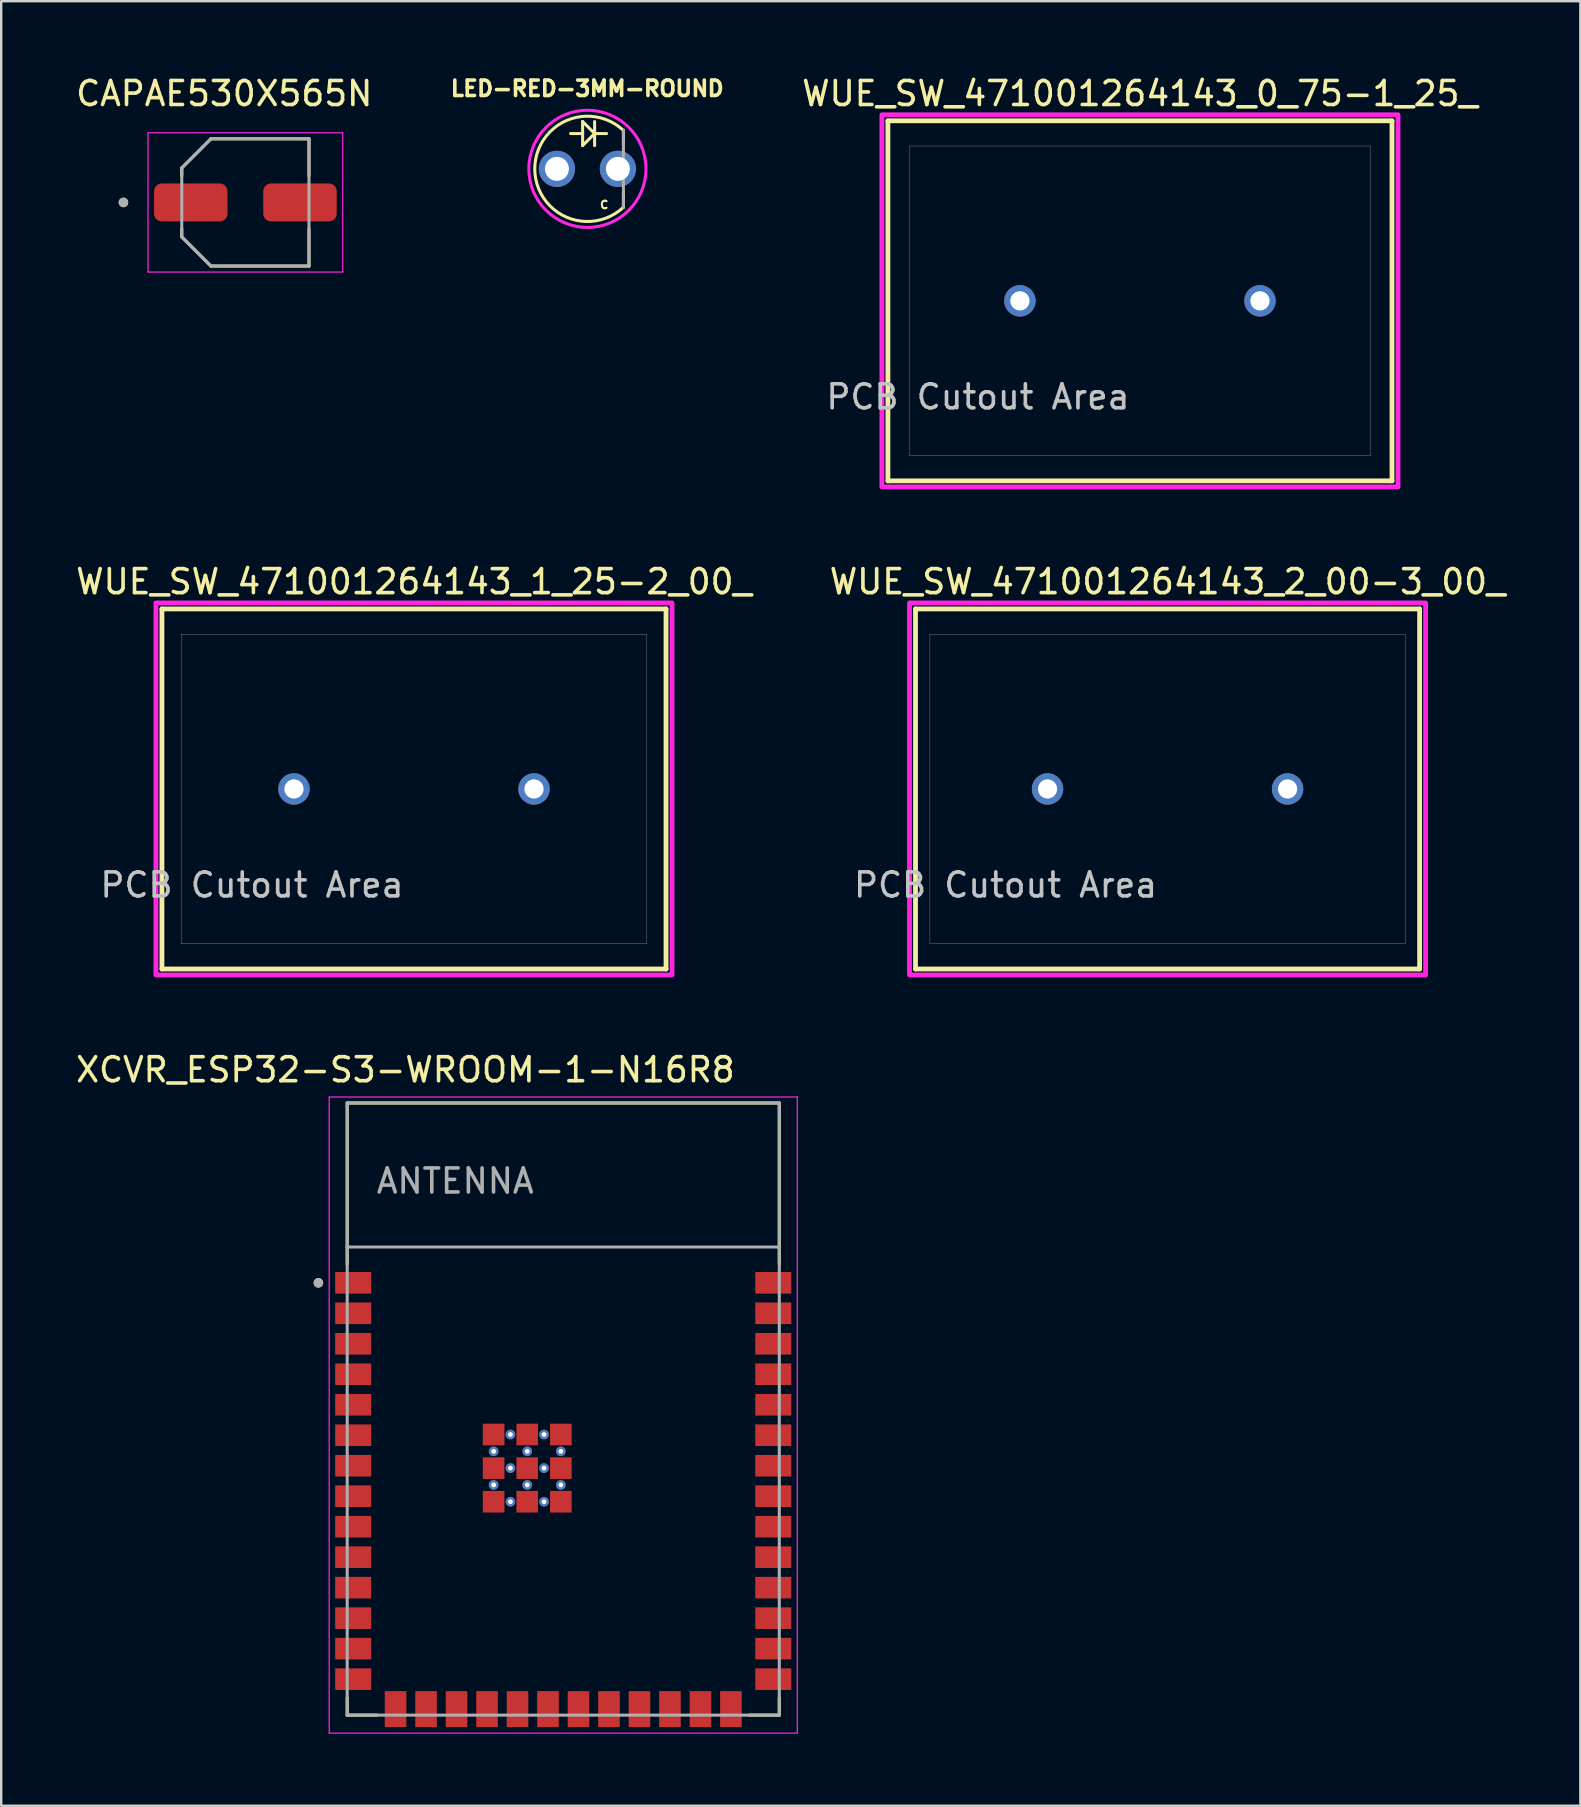
<source format=kicad_pcb>
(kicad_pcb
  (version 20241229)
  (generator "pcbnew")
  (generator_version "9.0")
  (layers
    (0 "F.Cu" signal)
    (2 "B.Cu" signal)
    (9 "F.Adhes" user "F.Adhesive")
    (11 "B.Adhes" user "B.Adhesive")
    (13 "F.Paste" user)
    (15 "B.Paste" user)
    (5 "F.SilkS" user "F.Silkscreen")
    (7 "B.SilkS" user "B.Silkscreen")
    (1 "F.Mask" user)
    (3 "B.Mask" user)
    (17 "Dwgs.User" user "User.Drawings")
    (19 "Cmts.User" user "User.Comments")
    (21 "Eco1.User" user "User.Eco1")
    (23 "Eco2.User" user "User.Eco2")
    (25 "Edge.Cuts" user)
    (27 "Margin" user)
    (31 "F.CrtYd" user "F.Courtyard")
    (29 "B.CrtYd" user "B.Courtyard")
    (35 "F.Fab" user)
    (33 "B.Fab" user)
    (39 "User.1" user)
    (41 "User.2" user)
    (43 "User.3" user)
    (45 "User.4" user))
  (footprint "WUE_SW_471001264143_1_25-2_00_"
    (layer "F.Cu")
    (at 14.196 29.817)
    (property "Reference" "WUE_SW_471001264143_1_25-2_00_" (at 0 -8.635 0) (layer "F.SilkS") (effects (font (size 1 1) (thickness 0.15))))
    (attr through_hole)
    (fp_line (start -10.5 -7.5) (end 10.5 -7.5) (stroke (width 0.2) (type solid)) (layer "F.SilkS"))
    (fp_line (start -10.5 7.5) (end -10.5 -7.5) (stroke (width 0.2) (type solid)) (layer "F.SilkS"))
    (fp_line (start 10.5 -7.5) (end 10.5 7.5) (stroke (width 0.2) (type solid)) (layer "F.SilkS"))
    (fp_line (start 10.5 7.5) (end -10.5 7.5) (stroke (width 0.2) (type solid)) (layer "F.SilkS"))
    (fp_line (start -9.7 -6.45) (end 9.7 -6.45) (stroke (width 0.01) (type solid)) (layer "Edge.Cuts"))
    (fp_line (start -9.7 6.45) (end -9.7 -6.45) (stroke (width 0.01) (type solid)) (layer "Edge.Cuts"))
    (fp_line (start 9.7 -6.45) (end 9.7 6.45) (stroke (width 0.01) (type solid)) (layer "Edge.Cuts"))
    (fp_line (start 9.7 6.45) (end -9.7 6.45) (stroke (width 0.01) (type solid)) (layer "Edge.Cuts"))
    (fp_poly (pts (xy -10.75 -7.75) (xy 10.75 -7.75) (xy 10.75 7.75) (xy -10.75 7.75)) (stroke (width 0.2) (type solid)) (fill no) (layer "F.CrtYd"))
    (fp_text user "PCB Cutout Area" (at -6.75 4 0) (layer "Dwgs.User") (effects (font (size 1 1) (thickness 0.15))))
    (pad "1" thru_hole circle (at 5 0) (size 1.308 1.308) (drill 0.8) (layers "*.Cu" "*.Mask"))
    (pad "2" thru_hole circle (at -5 0) (size 1.308 1.308) (drill 0.8) (layers "*.Cu" "*.Mask")))
  (footprint "XCVR_ESP32-S3-WROOM-1-N16R8"
    (layer "F.Cu")
    (at 20.414 55.65)
    (property "Reference" "XCVR_ESP32-S3-WROOM-1-N16R8" (at -6.575 -14.135 0) (layer "F.SilkS") (effects (font (size 1 1) (thickness 0.15))))
    (attr smd)
    (fp_line (start -9 -12.75) (end 9 -12.75) (stroke (width 0.127) (type solid)) (layer "F.SilkS"))
    (fp_line (start -9 -6.03) (end -9 -12.75) (stroke (width 0.127) (type solid)) (layer "F.SilkS"))
    (fp_line (start -9 12.02) (end -9 12.75) (stroke (width 0.127) (type solid)) (layer "F.SilkS"))
    (fp_line (start -9 12.75) (end -7.755 12.75) (stroke (width 0.127) (type solid)) (layer "F.SilkS"))
    (fp_line (start 9 -12.75) (end 9 -6.03) (stroke (width 0.127) (type solid)) (layer "F.SilkS"))
    (fp_line (start 9 12.02) (end 9 12.75) (stroke (width 0.127) (type solid)) (layer "F.SilkS"))
    (fp_line (start 9 12.75) (end 7.755 12.75) (stroke (width 0.127) (type solid)) (layer "F.SilkS"))
    (fp_circle (center -10.2 -5.26) (end -10.1 -5.26) (stroke (width 0.2) (type solid)) (fill no) (layer "F.SilkS"))
    (fp_line (start -9.75 -13) (end 9.75 -13) (stroke (width 0.05) (type solid)) (layer "F.CrtYd"))
    (fp_line (start -9.75 13.5) (end -9.75 -13) (stroke (width 0.05) (type solid)) (layer "F.CrtYd"))
    (fp_line (start -9.75 13.5) (end 9.75 13.5) (stroke (width 0.05) (type solid)) (layer "F.CrtYd"))
    (fp_line (start 9.75 -13) (end 9.75 13.5) (stroke (width 0.05) (type solid)) (layer "F.CrtYd"))
    (fp_line (start -9 -12.75) (end 9 -12.75) (stroke (width 0.127) (type solid)) (layer "F.Fab"))
    (fp_line (start -9 -6.75) (end -9 -12.75) (stroke (width 0.127) (type solid)) (layer "F.Fab"))
    (fp_line (start -9 -6.75) (end 9 -6.75) (stroke (width 0.127) (type solid)) (layer "F.Fab"))
    (fp_line (start -9 12.75) (end -9 -6.75) (stroke (width 0.127) (type solid)) (layer "F.Fab"))
    (fp_line (start 9 -12.75) (end 9 -6.75) (stroke (width 0.127) (type solid)) (layer "F.Fab"))
    (fp_line (start 9 -6.75) (end 9 12.75) (stroke (width 0.127) (type solid)) (layer "F.Fab"))
    (fp_line (start 9 12.75) (end -9 12.75) (stroke (width 0.127) (type solid)) (layer "F.Fab"))
    (fp_circle (center -10.2 -5.26) (end -10.1 -5.26) (stroke (width 0.2) (type solid)) (fill no) (layer "F.Fab"))
    (fp_text user "ANTENNA" (at -4.5 -9.5 0) (layer "F.Fab") (effects (font (size 1 1) (thickness 0.15))))
    (pad "1" smd rect (at -8.75 -5.26) (size 1.5 0.9) (layers "F.Cu" "F.Mask" "F.Paste"))
    (pad "2" smd rect (at -8.75 -3.99) (size 1.5 0.9) (layers "F.Cu" "F.Mask" "F.Paste"))
    (pad "3" smd rect (at -8.75 -2.72) (size 1.5 0.9) (layers "F.Cu" "F.Mask" "F.Paste"))
    (pad "4" smd rect (at -8.75 -1.45) (size 1.5 0.9) (layers "F.Cu" "F.Mask" "F.Paste"))
    (pad "5" smd rect (at -8.75 -0.18) (size 1.5 0.9) (layers "F.Cu" "F.Mask" "F.Paste"))
    (pad "6" smd rect (at -8.75 1.09) (size 1.5 0.9) (layers "F.Cu" "F.Mask" "F.Paste"))
    (pad "7" smd rect (at -8.75 2.36) (size 1.5 0.9) (layers "F.Cu" "F.Mask" "F.Paste"))
    (pad "8" smd rect (at -8.75 3.63) (size 1.5 0.9) (layers "F.Cu" "F.Mask" "F.Paste"))
    (pad "9" smd rect (at -8.75 4.9) (size 1.5 0.9) (layers "F.Cu" "F.Mask" "F.Paste"))
    (pad "10" smd rect (at -8.75 6.17) (size 1.5 0.9) (layers "F.Cu" "F.Mask" "F.Paste"))
    (pad "11" smd rect (at -8.75 7.44) (size 1.5 0.9) (layers "F.Cu" "F.Mask" "F.Paste"))
    (pad "12" smd rect (at -8.75 8.71) (size 1.5 0.9) (layers "F.Cu" "F.Mask" "F.Paste"))
    (pad "13" smd rect (at -8.75 9.98) (size 1.5 0.9) (layers "F.Cu" "F.Mask" "F.Paste"))
    (pad "14" smd rect (at -8.75 11.25) (size 1.5 0.9) (layers "F.Cu" "F.Mask" "F.Paste"))
    (pad "15" smd rect (at -6.985 12.5) (size 0.9 1.5) (layers "F.Cu" "F.Mask" "F.Paste"))
    (pad "16" smd rect (at -5.715 12.5) (size 0.9 1.5) (layers "F.Cu" "F.Mask" "F.Paste"))
    (pad "17" smd rect (at -4.445 12.5) (size 0.9 1.5) (layers "F.Cu" "F.Mask" "F.Paste"))
    (pad "18" smd rect (at -3.175 12.5) (size 0.9 1.5) (layers "F.Cu" "F.Mask" "F.Paste"))
    (pad "19" smd rect (at -1.905 12.5) (size 0.9 1.5) (layers "F.Cu" "F.Mask" "F.Paste"))
    (pad "20" smd rect (at -0.635 12.5) (size 0.9 1.5) (layers "F.Cu" "F.Mask" "F.Paste"))
    (pad "21" smd rect (at 0.635 12.5) (size 0.9 1.5) (layers "F.Cu" "F.Mask" "F.Paste"))
    (pad "22" smd rect (at 1.905 12.5) (size 0.9 1.5) (layers "F.Cu" "F.Mask" "F.Paste"))
    (pad "23" smd rect (at 3.175 12.5) (size 0.9 1.5) (layers "F.Cu" "F.Mask" "F.Paste"))
    (pad "24" smd rect (at 4.445 12.5) (size 0.9 1.5) (layers "F.Cu" "F.Mask" "F.Paste"))
    (pad "25" smd rect (at 5.715 12.5) (size 0.9 1.5) (layers "F.Cu" "F.Mask" "F.Paste"))
    (pad "26" smd rect (at 6.985 12.5) (size 0.9 1.5) (layers "F.Cu" "F.Mask" "F.Paste"))
    (pad "27" smd rect (at 8.75 11.25) (size 1.5 0.9) (layers "F.Cu" "F.Mask" "F.Paste"))
    (pad "28" smd rect (at 8.75 9.98) (size 1.5 0.9) (layers "F.Cu" "F.Mask" "F.Paste"))
    (pad "29" smd rect (at 8.75 8.71) (size 1.5 0.9) (layers "F.Cu" "F.Mask" "F.Paste"))
    (pad "30" smd rect (at 8.75 7.44) (size 1.5 0.9) (layers "F.Cu" "F.Mask" "F.Paste"))
    (pad "31" smd rect (at 8.75 6.17) (size 1.5 0.9) (layers "F.Cu" "F.Mask" "F.Paste"))
    (pad "32" smd rect (at 8.75 4.9) (size 1.5 0.9) (layers "F.Cu" "F.Mask" "F.Paste"))
    (pad "33" smd rect (at 8.75 3.63) (size 1.5 0.9) (layers "F.Cu" "F.Mask" "F.Paste"))
    (pad "34" smd rect (at 8.75 2.36) (size 1.5 0.9) (layers "F.Cu" "F.Mask" "F.Paste"))
    (pad "35" smd rect (at 8.75 1.09) (size 1.5 0.9) (layers "F.Cu" "F.Mask" "F.Paste"))
    (pad "36" smd rect (at 8.75 -0.18) (size 1.5 0.9) (layers "F.Cu" "F.Mask" "F.Paste"))
    (pad "37" smd rect (at 8.75 -1.45) (size 1.5 0.9) (layers "F.Cu" "F.Mask" "F.Paste"))
    (pad "38" smd rect (at 8.75 -2.72) (size 1.5 0.9) (layers "F.Cu" "F.Mask" "F.Paste"))
    (pad "39" smd rect (at 8.75 -3.99) (size 1.5 0.9) (layers "F.Cu" "F.Mask" "F.Paste"))
    (pad "40" smd rect (at 8.75 -5.26) (size 1.5 0.9) (layers "F.Cu" "F.Mask" "F.Paste"))
    (pad "41_1" smd rect (at -1.5 2.46) (size 0.9 0.9) (layers "F.Cu" "F.Mask" "F.Paste"))
    (pad "41_2" smd rect (at -2.9 2.46) (size 0.9 0.9) (layers "F.Cu" "F.Mask" "F.Paste"))
    (pad "41_3" smd rect (at -0.1 2.46) (size 0.9 0.9) (layers "F.Cu" "F.Mask" "F.Paste"))
    (pad "41_4" smd rect (at -2.9 3.86) (size 0.9 0.9) (layers "F.Cu" "F.Mask" "F.Paste"))
    (pad "41_5" smd rect (at -1.5 3.86) (size 0.9 0.9) (layers "F.Cu" "F.Mask" "F.Paste"))
    (pad "41_6" smd rect (at -0.1 3.86) (size 0.9 0.9) (layers "F.Cu" "F.Mask" "F.Paste"))
    (pad "41_7" smd rect (at -2.9 1.06) (size 0.9 0.9) (layers "F.Cu" "F.Mask" "F.Paste"))
    (pad "41_8" smd rect (at -1.5 1.06) (size 0.9 0.9) (layers "F.Cu" "F.Mask" "F.Paste"))
    (pad "41_9" smd rect (at -0.1 1.06) (size 0.9 0.9) (layers "F.Cu" "F.Mask" "F.Paste"))
    (pad "41_10" thru_hole circle (at -1.5 1.76) (size 0.4 0.4) (drill 0.2) (layers "*.Cu"))
    (pad "41_11" thru_hole circle (at -2.9 1.76) (size 0.4 0.4) (drill 0.2) (layers "*.Cu"))
    (pad "41_12" thru_hole circle (at -0.1 1.76) (size 0.4 0.4) (drill 0.2) (layers "*.Cu"))
    (pad "41_13" thru_hole circle (at -2.9 3.16) (size 0.4 0.4) (drill 0.2) (layers "*.Cu"))
    (pad "41_14" thru_hole circle (at -1.5 3.16) (size 0.4 0.4) (drill 0.2) (layers "*.Cu"))
    (pad "41_15" thru_hole circle (at -0.1 3.16) (size 0.4 0.4) (drill 0.2) (layers "*.Cu"))
    (pad "41_16" thru_hole circle (at -2.2 1.06) (size 0.4 0.4) (drill 0.2) (layers "*.Cu"))
    (pad "41_17" thru_hole circle (at -0.8 1.06) (size 0.4 0.4) (drill 0.2) (layers "*.Cu"))
    (pad "41_18" thru_hole circle (at -2.2 2.46) (size 0.4 0.4) (drill 0.2) (layers "*.Cu"))
    (pad "41_19" thru_hole circle (at -0.8 2.46) (size 0.4 0.4) (drill 0.2) (layers "*.Cu"))
    (pad "41_20" thru_hole circle (at -2.2 3.86) (size 0.4 0.4) (drill 0.2) (layers "*.Cu"))
    (pad "41_21" thru_hole circle (at -0.8 3.86) (size 0.4 0.4) (drill 0.2) (layers "*.Cu"))
    (zone (net_name "") (layer "F.Cu") (hatch full 0.508) (connect_pads) (min_thickness 0.01) (filled_areas_thickness no) (keepout (tracks not_allowed) (vias not_allowed) (pads not_allowed) (copperpour not_allowed) (footprints allowed)) (placement (enabled no)) (fill) (polygon (pts (xy 11.414 42.9) (xy 29.414 42.9) (xy 29.414 48.9) (xy 11.414 48.9))))
    (zone (net_name "") (layers "F.Cu" "B.Cu") (hatch full 0.508) (connect_pads) (min_thickness 0.01) (filled_areas_thickness no) (keepout (tracks allowed) (vias not_allowed) (pads allowed) (copperpour allowed) (footprints allowed)) (placement (enabled no)) (fill) (polygon (pts (xy 11.414 42.9) (xy 29.414 42.9) (xy 29.414 48.9) (xy 11.414 48.9))))
    (zone (net_name "") (layer "B.Cu") (hatch full 0.508) (connect_pads) (min_thickness 0.01) (filled_areas_thickness no) (keepout (tracks not_allowed) (vias not_allowed) (pads not_allowed) (copperpour not_allowed) (footprints allowed)) (placement (enabled no)) (fill) (polygon (pts (xy 11.414 42.9) (xy 29.414 42.9) (xy 29.414 48.9) (xy 11.414 48.9)))))
  (footprint "WUE_SW_471001264143_2_00-3_00_"
    (layer "F.Cu")
    (at 45.589 29.817)
    (property "Reference" "WUE_SW_471001264143_2_00-3_00_" (at 0 -8.635 0) (layer "F.SilkS") (effects (font (size 1 1) (thickness 0.15))))
    (attr through_hole)
    (fp_line (start -10.5 -7.5) (end 10.5 -7.5) (stroke (width 0.2) (type solid)) (layer "F.SilkS"))
    (fp_line (start -10.5 7.5) (end -10.5 -7.5) (stroke (width 0.2) (type solid)) (layer "F.SilkS"))
    (fp_line (start 10.5 -7.5) (end 10.5 7.5) (stroke (width 0.2) (type solid)) (layer "F.SilkS"))
    (fp_line (start 10.5 7.5) (end -10.5 7.5) (stroke (width 0.2) (type solid)) (layer "F.SilkS"))
    (fp_line (start -9.9 -6.45) (end 9.9 -6.45) (stroke (width 0.01) (type solid)) (layer "Edge.Cuts"))
    (fp_line (start -9.9 6.45) (end -9.9 -6.45) (stroke (width 0.01) (type solid)) (layer "Edge.Cuts"))
    (fp_line (start 9.9 -6.45) (end 9.9 6.45) (stroke (width 0.01) (type solid)) (layer "Edge.Cuts"))
    (fp_line (start 9.9 6.45) (end -9.9 6.45) (stroke (width 0.01) (type solid)) (layer "Edge.Cuts"))
    (fp_poly (pts (xy -10.75 -7.75) (xy 10.75 -7.75) (xy 10.75 7.75) (xy -10.75 7.75)) (stroke (width 0.2) (type solid)) (fill no) (layer "F.CrtYd"))
    (fp_text user "PCB Cutout Area" (at -6.75 4 0) (layer "Dwgs.User") (effects (font (size 1 1) (thickness 0.15))))
    (pad "1" thru_hole circle (at 5 0) (size 1.308 1.308) (drill 0.8) (layers "*.Cu" "*.Mask"))
    (pad "2" thru_hole circle (at -5 0) (size 1.308 1.308) (drill 0.8) (layers "*.Cu" "*.Mask")))
  (footprint "CAPAE530X565N"
    (layer "F.Cu")
    (at 7.172 5.383)
    (property "Reference" "CAPAE530X565N" (at -0.88 -4.535 0) (layer "F.SilkS") (effects (font (size 1 1) (thickness 0.15))))
    (attr smd)
    (fp_line (start -2.65 -1.437) (end -1.437 -2.65) (stroke (width 0.127) (type solid)) (layer "F.SilkS"))
    (fp_line (start -2.65 -1.11) (end -2.65 -1.437) (stroke (width 0.127) (type solid)) (layer "F.SilkS"))
    (fp_line (start -2.65 1.437) (end -2.65 1.11) (stroke (width 0.127) (type solid)) (layer "F.SilkS"))
    (fp_line (start -1.437 -2.65) (end 2.65 -2.65) (stroke (width 0.127) (type solid)) (layer "F.SilkS"))
    (fp_line (start -1.437 2.65) (end -2.65 1.437) (stroke (width 0.127) (type solid)) (layer "F.SilkS"))
    (fp_line (start 2.65 -2.65) (end 2.65 -1.11) (stroke (width 0.127) (type solid)) (layer "F.SilkS"))
    (fp_line (start 2.65 2.65) (end -1.437 2.65) (stroke (width 0.127) (type solid)) (layer "F.SilkS"))
    (fp_line (start 2.65 2.65) (end 2.65 1.11) (stroke (width 0.127) (type solid)) (layer "F.SilkS"))
    (fp_circle (center -5.08 0) (end -4.98 0) (stroke (width 0.2) (type solid)) (fill no) (layer "F.SilkS"))
    (fp_line (start -4.055 -2.9) (end -4.055 2.9) (stroke (width 0.05) (type solid)) (layer "F.CrtYd"))
    (fp_line (start -4.055 2.9) (end 4.055 2.9) (stroke (width 0.05) (type solid)) (layer "F.CrtYd"))
    (fp_line (start 4.055 -2.9) (end -4.055 -2.9) (stroke (width 0.05) (type solid)) (layer "F.CrtYd"))
    (fp_line (start 4.055 2.9) (end 4.055 -2.9) (stroke (width 0.05) (type solid)) (layer "F.CrtYd"))
    (fp_line (start -2.65 -1.437) (end -1.437 -2.65) (stroke (width 0.127) (type solid)) (layer "F.Fab"))
    (fp_line (start -2.65 1.437) (end -2.65 -1.437) (stroke (width 0.127) (type solid)) (layer "F.Fab"))
    (fp_line (start -1.437 -2.65) (end 2.65 -2.65) (stroke (width 0.127) (type solid)) (layer "F.Fab"))
    (fp_line (start -1.437 2.65) (end -2.65 1.437) (stroke (width 0.127) (type solid)) (layer "F.Fab"))
    (fp_line (start 2.65 -2.65) (end 2.65 2.65) (stroke (width 0.127) (type solid)) (layer "F.Fab"))
    (fp_line (start 2.65 2.65) (end -1.437 2.65) (stroke (width 0.127) (type solid)) (layer "F.Fab"))
    (fp_circle (center -5.08 0) (end -4.98 0) (stroke (width 0.2) (type solid)) (fill no) (layer "F.Fab"))
    (pad "N" smd roundrect (at 2.275 0) (size 3.06 1.58) (layers "F.Cu" "F.Mask" "F.Paste") (roundrect_rratio 0.2))
    (pad "P" smd roundrect (at -2.275 0) (size 3.06 1.58) (layers "F.Cu" "F.Mask" "F.Paste") (roundrect_rratio 0.2)))
  (footprint "WUE_SW_471001264143_0_75-1_25_"
    (layer "F.Cu")
    (at 44.439 9.483)
    (property "Reference" "WUE_SW_471001264143_0_75-1_25_" (at 0 -8.635 0) (layer "F.SilkS") (effects (font (size 1 1) (thickness 0.15))))
    (attr through_hole)
    (fp_line (start -10.5 -7.5) (end 10.5 -7.5) (stroke (width 0.2) (type solid)) (layer "F.SilkS"))
    (fp_line (start -10.5 7.5) (end -10.5 -7.5) (stroke (width 0.2) (type solid)) (layer "F.SilkS"))
    (fp_line (start 10.5 -7.5) (end 10.5 7.5) (stroke (width 0.2) (type solid)) (layer "F.SilkS"))
    (fp_line (start 10.5 7.5) (end -10.5 7.5) (stroke (width 0.2) (type solid)) (layer "F.SilkS"))
    (fp_line (start -9.6 -6.45) (end 9.6 -6.45) (stroke (width 0.01) (type solid)) (layer "Edge.Cuts"))
    (fp_line (start -9.6 6.45) (end -9.6 -6.45) (stroke (width 0.01) (type solid)) (layer "Edge.Cuts"))
    (fp_line (start 9.6 -6.45) (end 9.6 6.45) (stroke (width 0.01) (type solid)) (layer "Edge.Cuts"))
    (fp_line (start 9.6 6.45) (end -9.6 6.45) (stroke (width 0.01) (type solid)) (layer "Edge.Cuts"))
    (fp_poly (pts (xy -10.75 -7.75) (xy 10.75 -7.75) (xy 10.75 7.75) (xy -10.75 7.75)) (stroke (width 0.2) (type solid)) (fill no) (layer "F.CrtYd"))
    (fp_text user "PCB Cutout Area" (at -6.75 4 0) (layer "Dwgs.User") (effects (font (size 1 1) (thickness 0.15))))
    (pad "1" thru_hole circle (at 5 0) (size 1.308 1.308) (drill 0.8) (layers "*.Cu" "*.Mask"))
    (pad "3" thru_hole circle (at -5 0) (size 1.308 1.308) (drill 0.8) (layers "*.Cu" "*.Mask")))
  (footprint "LED-RED-3MM-ROUND"
    (layer "F.Cu")
    (at 21.421 3.984)
    (property "Reference" "LED-RED-3MM-ROUND" (at -0.008 -3.346 0) (layer "F.SilkS") (effects (font (size 0.64 0.64) (thickness 0.15))))
    (attr through_hole)
    (fp_line (start -0.2 -1.97) (end 0.3 -1.47) (stroke (width 0.127) (type solid)) (layer "F.SilkS"))
    (fp_line (start -0.2 -1.47) (end -0.7 -1.47) (stroke (width 0.127) (type solid)) (layer "F.SilkS"))
    (fp_line (start -0.2 -1.47) (end -0.2 -1.97) (stroke (width 0.127) (type solid)) (layer "F.SilkS"))
    (fp_line (start -0.2 -0.97) (end -0.2 -1.47) (stroke (width 0.127) (type solid)) (layer "F.SilkS"))
    (fp_line (start 0.3 -1.47) (end -0.2 -0.97) (stroke (width 0.127) (type solid)) (layer "F.SilkS"))
    (fp_line (start 0.3 -1.47) (end 0.3 -1.97) (stroke (width 0.127) (type solid)) (layer "F.SilkS"))
    (fp_line (start 0.3 -1.47) (end 0.8 -1.47) (stroke (width 0.127) (type solid)) (layer "F.SilkS"))
    (fp_line (start 0.3 -0.97) (end 0.3 -1.47) (stroke (width 0.127) (type solid)) (layer "F.SilkS"))
    (fp_line (start 1.5 -1.6) (end 1.5 -1) (stroke (width 0.127) (type solid)) (layer "F.SilkS"))
    (fp_line (start 1.5 1) (end 1.5 1.6) (stroke (width 0.127) (type solid)) (layer "F.SilkS"))
    (fp_arc (start 1.5 1.6) (mid -2.193181 0) (end 1.5 -1.6) (stroke (width 0.127) (type solid)) (layer "F.SilkS"))
    (fp_circle (center 0 0) (end 2.44 0) (stroke (width 0.127) (type solid)) (fill no) (layer "F.CrtYd"))
    (fp_line (start 1.5 -1.6) (end 1.5 1.6) (stroke (width 0.127) (type solid)) (layer "F.Fab"))
    (fp_text user "C" (at 0.7 1.5 0) (layer "F.SilkS") (effects (font (size 0.32 0.32) (thickness 0.15))))
    (pad "1" thru_hole circle (at 1.27 0) (size 1.508 1.508) (drill 1) (layers "*.Cu" "*.Mask"))
    (pad "2" thru_hole circle (at -1.27 0) (size 1.508 1.508) (drill 1) (layers "*.Cu" "*.Mask")))
  (gr_rect
    (start -3 -3)
    (end 62.786 72.175)
    (stroke (width 0.1) (type default))
    (fill no)
    (layer "Edge.Cuts")))
</source>
